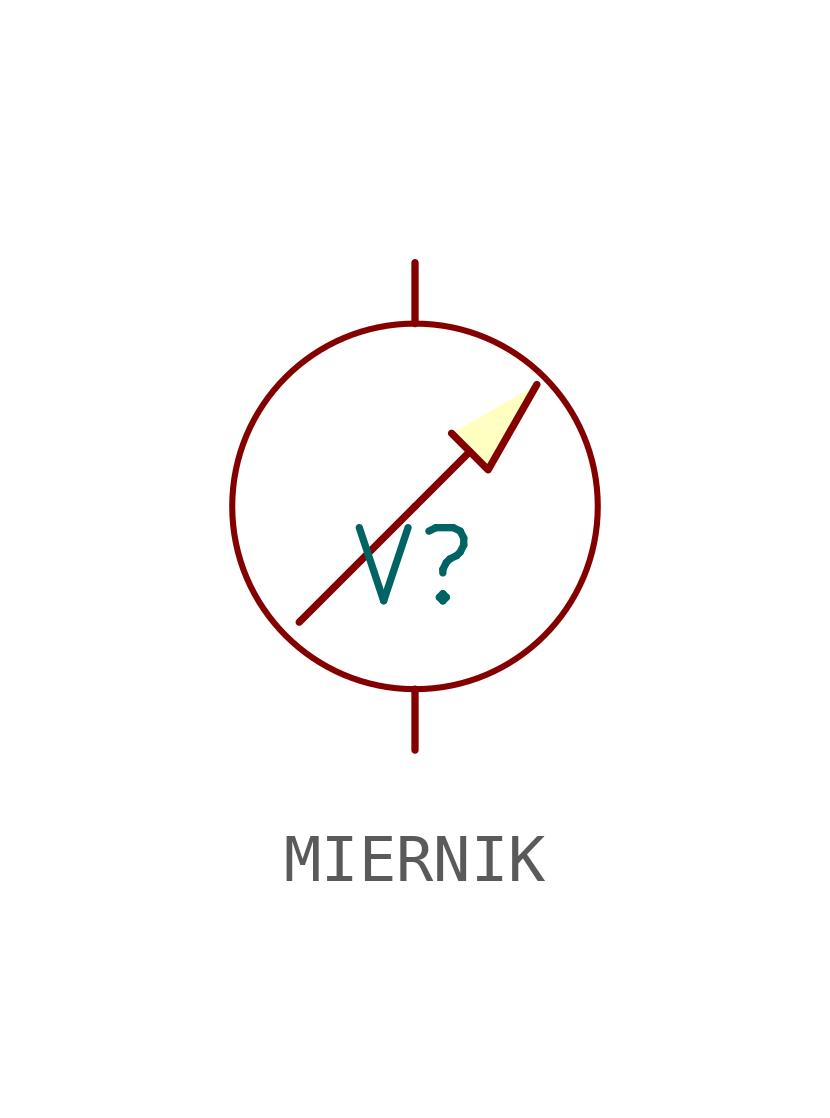
<source format=kicad_sym>
(kicad_symbol_lib
  (version 20231120)
  (generator "kicad_symbol_editor")
  (generator_version "8.0")
  (symbol "MIERNIK"
    (pin_numbers hide)
    (pin_names
      (offset 0) hide)
    (property "Reference" "V"
      (at 0 -1.27 0)
      (effects (font (size 1.524 1.524))))
    (property "Footprint" ""
      (at 0 0 0)
      (effects (font (size 1.524 1.524))))
    (property "Datasheet" ""
      (at 0 0 0)
      (effects (font (size 1.524 1.524))))
    (symbol "MIERNIK_0_1"
      (polyline (pts (xy 0 0) (xy -2.413 -2.413) (xy -2.413 -2.413)) (stroke (width 0) (type default)) (fill (type none)))
      (polyline (pts (xy 0 0) (xy 1.143 1.143) (xy 1.143 1.143)) (stroke (width 0) (type default)) (fill (type none)))
      (polyline (pts (xy 2.54 2.54) (xy 1.524 0.762) (xy 0.762 1.524) (xy 0.762 1.524)) (stroke (width 0) (type default)) (fill (type background)))
      (circle (center 0 0) (radius 3.81) (stroke (width 0.127) (type default)) (fill (type none))))
    (symbol "MIERNIK_1_1"
      (pin passive line (at 0 -5.08 90) (length 1.27) (name "~" (effects (font (size 1.27 1.27)))) (number "1" (effects (font (size 1.27 1.27)))))
      (pin passive line (at 0 5.08 270) (length 1.27) (name "~" (effects (font (size 1.27 1.27)))) (number "2" (effects (font (size 1.27 1.27))))))))
</source>
